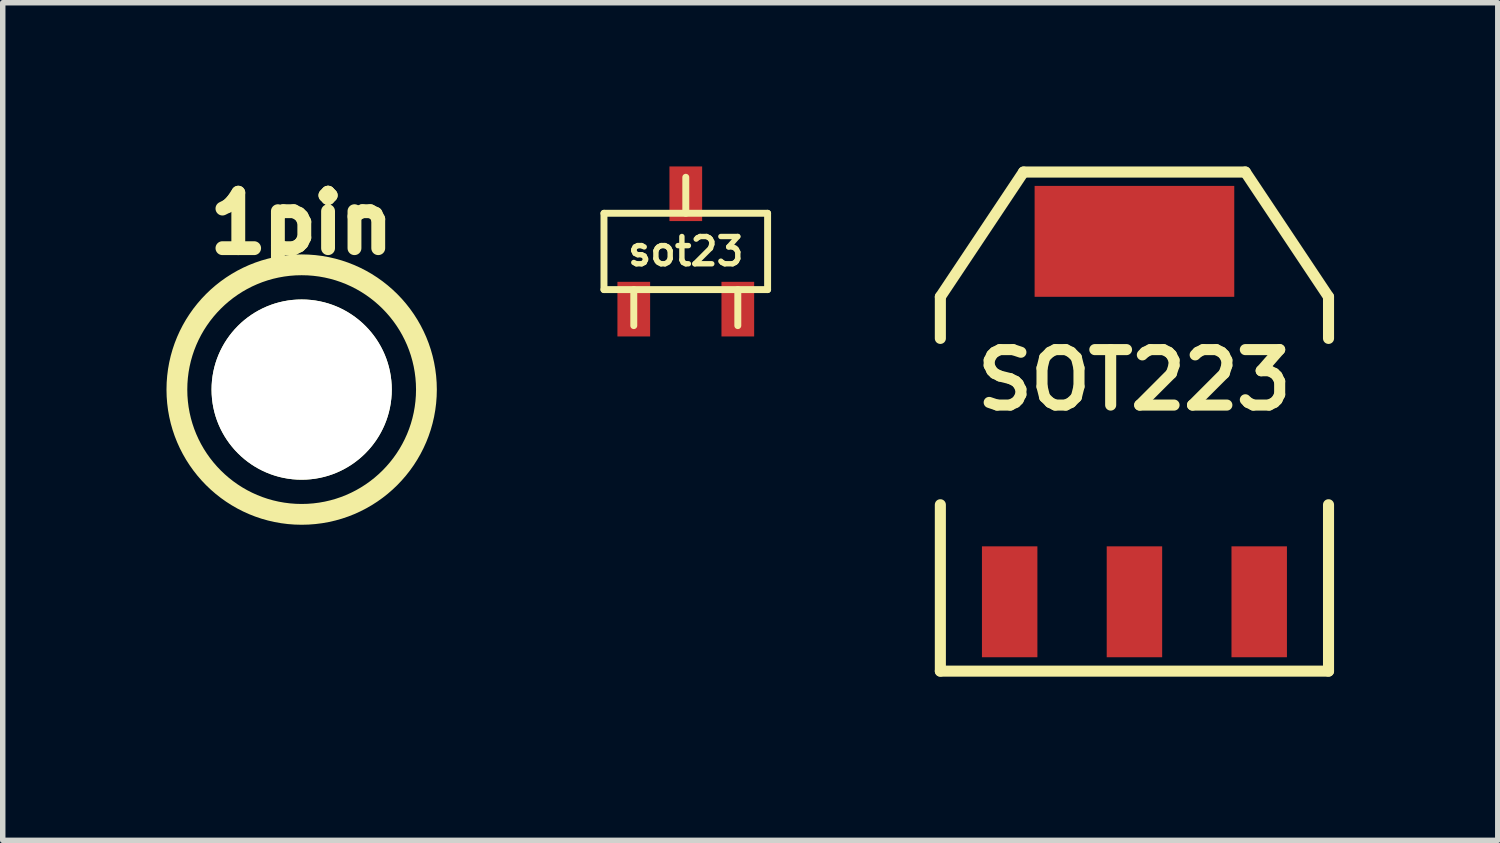
<source format=kicad_pcb>
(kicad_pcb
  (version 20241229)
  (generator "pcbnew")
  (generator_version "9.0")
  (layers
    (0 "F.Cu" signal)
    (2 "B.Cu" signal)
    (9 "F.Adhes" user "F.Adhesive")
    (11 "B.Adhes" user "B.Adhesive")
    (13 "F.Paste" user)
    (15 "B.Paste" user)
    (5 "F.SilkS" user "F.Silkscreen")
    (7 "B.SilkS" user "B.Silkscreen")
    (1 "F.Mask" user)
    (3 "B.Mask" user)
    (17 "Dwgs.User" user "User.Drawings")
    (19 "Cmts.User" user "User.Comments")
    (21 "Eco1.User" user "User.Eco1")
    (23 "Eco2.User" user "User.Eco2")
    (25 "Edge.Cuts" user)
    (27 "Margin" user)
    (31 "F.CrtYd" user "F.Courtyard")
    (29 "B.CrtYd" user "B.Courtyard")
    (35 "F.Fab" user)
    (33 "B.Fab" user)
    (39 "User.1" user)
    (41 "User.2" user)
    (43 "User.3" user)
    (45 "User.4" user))
  (footprint "1pin"
    (layer "F.Cu")
    (at 2.477 4.088)
    (property "Reference" "1pin" (at 0 -3.048 0) (layer "F.SilkS") (effects (font (size 1.016 1.016) (thickness 0.254))))
    (attr through_hole)
    (fp_circle (center 0 0) (end 0 -2.286) (stroke (width 0.381) (type solid)) (fill no) (layer "F.SilkS"))
    (pad "" np_thru_hole circle (at 0 0) (size 3.302 3.302) (drill 3.302) (layers "*.Cu" "*.Mask" "F.SilkS")))
  (footprint "sot23"
    (layer "F.Cu")
    (at 9.515 1.557)
    (property "Reference" "sot23" (at 0 0 0) (layer "F.SilkS") (effects (font (size 0.5 0.5) (thickness 0.099))))
    (attr smd)
    (fp_line (start -1.499 -0.699) (end 1.499 -0.699) (stroke (width 0.127) (type solid)) (layer "F.SilkS"))
    (fp_line (start -1.499 0.699) (end -1.499 -0.699) (stroke (width 0.127) (type solid)) (layer "F.SilkS"))
    (fp_line (start -0.953 0.699) (end -0.953 1.359) (stroke (width 0.127) (type solid)) (layer "F.SilkS"))
    (fp_line (start 0 -0.699) (end 0 -1.359) (stroke (width 0.127) (type solid)) (layer "F.SilkS"))
    (fp_line (start 0.953 0.699) (end 0.953 1.359) (stroke (width 0.127) (type solid)) (layer "F.SilkS"))
    (fp_line (start 1.499 -0.699) (end 1.499 0.699) (stroke (width 0.127) (type solid)) (layer "F.SilkS"))
    (fp_line (start 1.499 0.699) (end -1.499 0.699) (stroke (width 0.127) (type solid)) (layer "F.SilkS"))
    (pad "1" smd rect (at -0.953 1.057) (size 0.599 1.001) (layers "F.Cu" "F.Mask" "F.Paste"))
    (pad "2" smd rect (at 0.953 1.057) (size 0.599 1.001) (layers "F.Cu" "F.Mask" "F.Paste"))
    (pad "3" smd rect (at 0 -1.057) (size 0.599 1.001) (layers "F.Cu" "F.Mask" "F.Paste")))
  (footprint "SOT223"
    (layer "F.Cu")
    (at 17.735 4.674)
    (property "Reference" "SOT223" (at 0 -0.762 0) (layer "F.SilkS") (effects (font (size 1.016 1.016) (thickness 0.203))))
    (attr smd)
    (fp_line (start -3.556 -2.286) (end -2.032 -4.572) (stroke (width 0.203) (type solid)) (layer "F.SilkS"))
    (fp_line (start -3.556 -1.524) (end -3.556 -2.286) (stroke (width 0.203) (type solid)) (layer "F.SilkS"))
    (fp_line (start -3.556 1.524) (end -3.556 4.572) (stroke (width 0.203) (type solid)) (layer "F.SilkS"))
    (fp_line (start -3.556 4.572) (end 3.556 4.572) (stroke (width 0.203) (type solid)) (layer "F.SilkS"))
    (fp_line (start -2.032 -4.572) (end 2.032 -4.572) (stroke (width 0.203) (type solid)) (layer "F.SilkS"))
    (fp_line (start 2.032 -4.572) (end 3.556 -2.286) (stroke (width 0.203) (type solid)) (layer "F.SilkS"))
    (fp_line (start 3.556 -2.286) (end 3.556 -1.524) (stroke (width 0.203) (type solid)) (layer "F.SilkS"))
    (fp_line (start 3.556 4.572) (end 3.556 1.524) (stroke (width 0.203) (type solid)) (layer "F.SilkS"))
    (pad "1" smd rect (at -2.286 3.302) (size 1.016 2.032) (layers "F.Cu" "F.Mask" "F.Paste"))
    (pad "2" smd rect (at 0 3.302) (size 1.016 2.032) (layers "F.Cu" "F.Mask" "F.Paste"))
    (pad "3" smd rect (at 2.286 3.302) (size 1.016 2.032) (layers "F.Cu" "F.Mask" "F.Paste"))
    (pad "4" smd rect (at 0 -3.302) (size 3.658 2.032) (layers "F.Cu" "F.Mask" "F.Paste")))
  (gr_rect
    (start -3 -3)
    (end 24.392 12.347)
    (stroke (width 0.1) (type default))
    (fill no)
    (layer "Edge.Cuts")))
</source>
